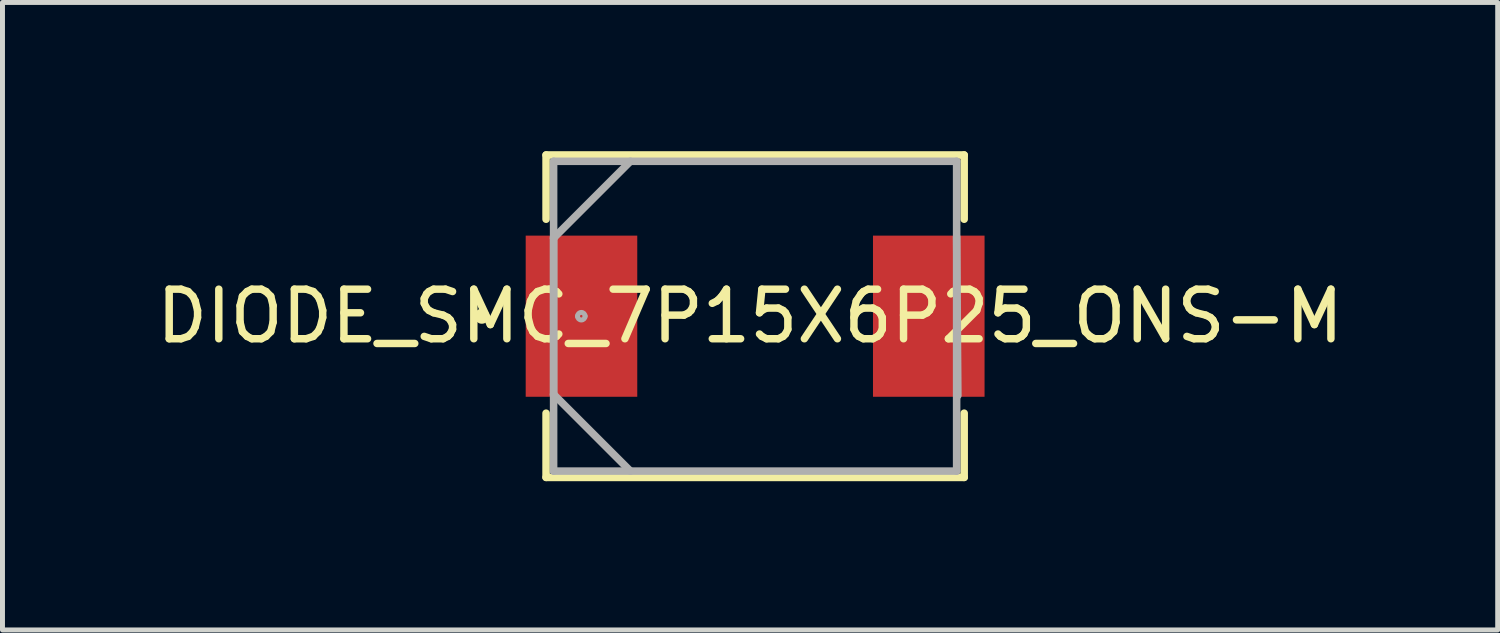
<source format=kicad_pcb>
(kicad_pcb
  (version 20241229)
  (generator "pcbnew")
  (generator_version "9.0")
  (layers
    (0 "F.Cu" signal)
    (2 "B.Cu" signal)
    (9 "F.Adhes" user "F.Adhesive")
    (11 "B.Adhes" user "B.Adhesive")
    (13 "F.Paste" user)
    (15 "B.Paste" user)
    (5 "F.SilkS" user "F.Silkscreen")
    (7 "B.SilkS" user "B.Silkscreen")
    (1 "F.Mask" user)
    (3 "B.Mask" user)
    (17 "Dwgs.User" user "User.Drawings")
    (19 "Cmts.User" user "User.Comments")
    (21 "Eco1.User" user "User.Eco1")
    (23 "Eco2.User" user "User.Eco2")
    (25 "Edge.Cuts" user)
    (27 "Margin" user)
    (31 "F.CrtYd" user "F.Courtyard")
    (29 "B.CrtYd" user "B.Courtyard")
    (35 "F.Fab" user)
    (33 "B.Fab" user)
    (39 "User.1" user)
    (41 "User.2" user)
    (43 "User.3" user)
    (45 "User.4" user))
  (footprint "DIODE_SMC_7P15X6P25_ONS-M"
    (layer "F.Cu")
    (at 12.179 3.327)
    (property "Reference" "DIODE_SMC_7P15X6P25_ONS-M" (at -0.102 0 0) (layer "F.SilkS") (effects (font (size 1 1) (thickness 0.15))))
    (attr smd)
    (fp_line (start -4.216 -3.251) (end -4.216 -1.956) (stroke (width 0.152) (type solid)) (layer "F.SilkS"))
    (fp_line (start -4.216 1.956) (end -4.216 3.251) (stroke (width 0.152) (type solid)) (layer "F.SilkS"))
    (fp_line (start -4.216 3.251) (end 4.216 3.251) (stroke (width 0.152) (type solid)) (layer "F.SilkS"))
    (fp_line (start 4.216 -3.251) (end -4.216 -3.251) (stroke (width 0.152) (type solid)) (layer "F.SilkS"))
    (fp_line (start 4.216 -1.956) (end 4.216 -3.251) (stroke (width 0.152) (type solid)) (layer "F.SilkS"))
    (fp_line (start 4.216 3.251) (end 4.216 1.956) (stroke (width 0.152) (type solid)) (layer "F.SilkS"))
    (fp_arc (start -5.588 0) (mid -5.5118 -0.0762) (end -5.4356 0) (stroke (width 0.1524) (type solid)) (layer "F.SilkS"))
    (fp_arc (start -5.4356 0) (mid -5.5118 0.0762) (end -5.588 0) (stroke (width 0.1524) (type solid)) (layer "F.SilkS"))
    (fp_line (start -4.064 -3.124) (end -4.064 3.124) (stroke (width 0.152) (type solid)) (layer "F.Fab"))
    (fp_line (start -4.064 -1.6) (end -4.064 -1.575) (stroke (width 0.152) (type solid)) (layer "F.Fab"))
    (fp_line (start -4.064 -1.575) (end -4.064 1.575) (stroke (width 0.152) (type solid)) (layer "F.Fab"))
    (fp_line (start -4.064 -1.575) (end -2.515 -3.124) (stroke (width 0.152) (type solid)) (layer "F.Fab"))
    (fp_line (start -4.064 1.575) (end -4.064 1.6) (stroke (width 0.152) (type solid)) (layer "F.Fab"))
    (fp_line (start -4.064 1.575) (end -2.515 3.124) (stroke (width 0.152) (type solid)) (layer "F.Fab"))
    (fp_line (start -4.064 3.124) (end 4.064 3.124) (stroke (width 0.152) (type solid)) (layer "F.Fab"))
    (fp_line (start 4.064 -3.124) (end -4.064 -3.124) (stroke (width 0.152) (type solid)) (layer "F.Fab"))
    (fp_line (start 4.064 3.124) (end 4.064 -3.124) (stroke (width 0.152) (type solid)) (layer "F.Fab"))
    (fp_line (start 4.089 1.6) (end 4.064 -1.6) (stroke (width 0.152) (type solid)) (layer "F.Fab"))
    (fp_arc (start -3.5814 0) (mid -3.5052 -0.0762) (end -3.429 0) (stroke (width 0.1) (type solid)) (layer "F.Fab"))
    (fp_arc (start -3.429 0) (mid -3.5052 0.0762) (end -3.5814 0) (stroke (width 0.1) (type solid)) (layer "F.Fab"))
    (pad "1" smd rect (at -3.502 0) (size 2.25 3.25) (layers "F.Cu" "F.Mask" "F.Paste"))
    (pad "2" smd rect (at 3.502 0) (size 2.25 3.25) (layers "F.Cu" "F.Mask" "F.Paste"))
    (zone (net_name "") (layer "F.Cu") (hatch full 0.508) (connect_pads) (min_thickness 0.152) (filled_areas_thickness no) (keepout (tracks not_allowed) (vias not_allowed) (pads not_allowed) (copperpour not_allowed) (footprints allowed)) (placement (enabled no)) (fill) (polygon (pts (xy 9.853 0.254) (xy 14.505 0.254) (xy 14.505 6.401) (xy 9.853 6.401)))))
  (gr_rect
    (start -3 -3)
    (end 27.155 9.655)
    (stroke (width 0.1) (type default))
    (fill no)
    (layer "Edge.Cuts")))
</source>
